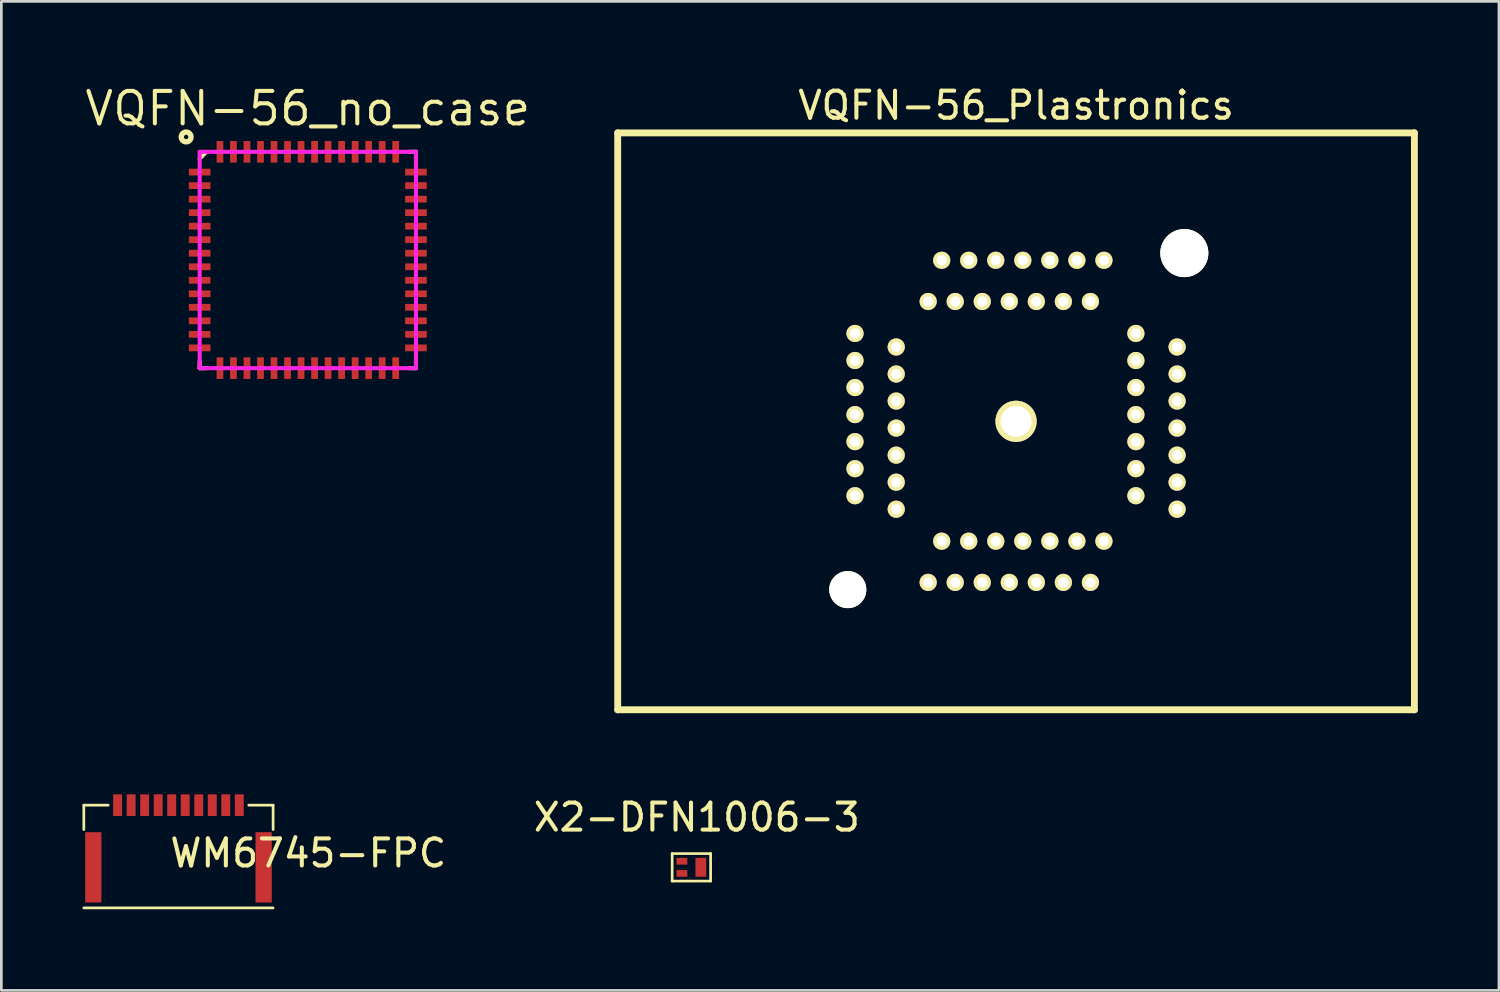
<source format=kicad_pcb>
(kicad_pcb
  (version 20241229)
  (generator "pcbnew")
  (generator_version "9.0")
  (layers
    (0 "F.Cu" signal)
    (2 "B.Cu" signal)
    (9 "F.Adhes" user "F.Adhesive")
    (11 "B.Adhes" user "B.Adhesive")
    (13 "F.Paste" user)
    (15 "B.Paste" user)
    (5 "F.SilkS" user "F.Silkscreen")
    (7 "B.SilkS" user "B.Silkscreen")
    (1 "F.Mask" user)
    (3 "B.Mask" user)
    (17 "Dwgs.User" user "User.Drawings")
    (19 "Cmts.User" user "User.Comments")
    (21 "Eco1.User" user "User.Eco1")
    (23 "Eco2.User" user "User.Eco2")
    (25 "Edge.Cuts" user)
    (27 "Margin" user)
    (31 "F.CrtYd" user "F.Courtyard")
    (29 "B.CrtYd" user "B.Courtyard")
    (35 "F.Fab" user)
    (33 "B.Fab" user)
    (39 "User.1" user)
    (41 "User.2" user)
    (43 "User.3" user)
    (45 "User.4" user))
  (footprint "VQFN-56_Plastronics"
    (layer "F.Cu")
    (at 34.526 12.532)
    (property "Reference" "VQFN-56_Plastronics" (at 0 -11.684 0) (layer "F.SilkS") (effects (font (size 1 1) (thickness 0.15))))
    (attr through_hole)
    (fp_line (start -14.732 -10.668) (end 14.732 -10.668) (stroke (width 0.254) (type solid)) (layer "F.SilkS"))
    (fp_line (start -14.732 10.668) (end -14.732 -10.668) (stroke (width 0.254) (type solid)) (layer "F.SilkS"))
    (fp_line (start 14.732 -10.668) (end 14.732 10.668) (stroke (width 0.254) (type solid)) (layer "F.SilkS"))
    (fp_line (start 14.732 10.668) (end -14.732 10.668) (stroke (width 0.254) (type solid)) (layer "F.SilkS"))
    (pad "" np_thru_hole circle (at -6.223 6.223) (size 1.372 1.372) (drill 1.372) (layers "*.Cu" "*.Mask" "F.SilkS"))
    (pad "" np_thru_hole circle (at 6.223 -6.223) (size 1.778 1.778) (drill 1.778) (layers "*.Cu" "*.Mask" "F.SilkS"))
    (pad "0" thru_hole circle (at 0 0) (size 1.524 1.524) (drill 1.143) (layers "*.Cu" "*.Mask" "F.SilkS"))
    (pad "1" thru_hole circle (at 3.25 -5.956) (size 0.635 0.635) (drill 0.381) (layers "*.Cu" "*.Mask" "F.SilkS"))
    (pad "2" thru_hole circle (at 2.75 -4.432) (size 0.635 0.635) (drill 0.381) (layers "*.Cu" "*.Mask" "F.SilkS"))
    (pad "3" thru_hole circle (at 2.25 -5.956) (size 0.635 0.635) (drill 0.381) (layers "*.Cu" "*.Mask" "F.SilkS"))
    (pad "4" thru_hole circle (at 1.75 -4.432) (size 0.635 0.635) (drill 0.381) (layers "*.Cu" "*.Mask" "F.SilkS"))
    (pad "5" thru_hole circle (at 1.25 -5.956) (size 0.635 0.635) (drill 0.381) (layers "*.Cu" "*.Mask" "F.SilkS"))
    (pad "6" thru_hole circle (at 0.75 -4.432) (size 0.635 0.635) (drill 0.381) (layers "*.Cu" "*.Mask" "F.SilkS"))
    (pad "7" thru_hole circle (at 0.25 -5.956) (size 0.635 0.635) (drill 0.381) (layers "*.Cu" "*.Mask" "F.SilkS"))
    (pad "8" thru_hole circle (at -0.25 -4.432) (size 0.635 0.635) (drill 0.381) (layers "*.Cu" "*.Mask" "F.SilkS"))
    (pad "9" thru_hole circle (at -0.75 -5.956) (size 0.635 0.635) (drill 0.381) (layers "*.Cu" "*.Mask" "F.SilkS"))
    (pad "10" thru_hole circle (at -1.25 -4.432) (size 0.635 0.635) (drill 0.381) (layers "*.Cu" "*.Mask" "F.SilkS"))
    (pad "11" thru_hole circle (at -1.75 -5.956) (size 0.635 0.635) (drill 0.381) (layers "*.Cu" "*.Mask" "F.SilkS"))
    (pad "12" thru_hole circle (at -2.25 -4.432) (size 0.635 0.635) (drill 0.381) (layers "*.Cu" "*.Mask" "F.SilkS"))
    (pad "13" thru_hole circle (at -2.75 -5.956) (size 0.635 0.635) (drill 0.381) (layers "*.Cu" "*.Mask" "F.SilkS"))
    (pad "14" thru_hole circle (at -3.25 -4.432) (size 0.635 0.635) (drill 0.381) (layers "*.Cu" "*.Mask" "F.SilkS"))
    (pad "15" thru_hole circle (at -5.956 -3.25 90) (size 0.635 0.635) (drill 0.381) (layers "*.Cu" "*.Mask" "F.SilkS"))
    (pad "16" thru_hole circle (at -4.432 -2.75 90) (size 0.635 0.635) (drill 0.381) (layers "*.Cu" "*.Mask" "F.SilkS"))
    (pad "17" thru_hole circle (at -5.956 -2.25 90) (size 0.635 0.635) (drill 0.381) (layers "*.Cu" "*.Mask" "F.SilkS"))
    (pad "18" thru_hole circle (at -4.432 -1.75 90) (size 0.635 0.635) (drill 0.381) (layers "*.Cu" "*.Mask" "F.SilkS"))
    (pad "19" thru_hole circle (at -5.956 -1.25 90) (size 0.635 0.635) (drill 0.381) (layers "*.Cu" "*.Mask" "F.SilkS"))
    (pad "20" thru_hole circle (at -4.432 -0.75 90) (size 0.635 0.635) (drill 0.381) (layers "*.Cu" "*.Mask" "F.SilkS"))
    (pad "21" thru_hole circle (at -5.956 -0.25 90) (size 0.635 0.635) (drill 0.381) (layers "*.Cu" "*.Mask" "F.SilkS"))
    (pad "22" thru_hole circle (at -4.432 0.25 90) (size 0.635 0.635) (drill 0.381) (layers "*.Cu" "*.Mask" "F.SilkS"))
    (pad "23" thru_hole circle (at -5.956 0.75 90) (size 0.635 0.635) (drill 0.381) (layers "*.Cu" "*.Mask" "F.SilkS"))
    (pad "24" thru_hole circle (at -4.432 1.25 90) (size 0.635 0.635) (drill 0.381) (layers "*.Cu" "*.Mask" "F.SilkS"))
    (pad "25" thru_hole circle (at -5.956 1.75 90) (size 0.635 0.635) (drill 0.381) (layers "*.Cu" "*.Mask" "F.SilkS"))
    (pad "26" thru_hole circle (at -4.432 2.25 90) (size 0.635 0.635) (drill 0.381) (layers "*.Cu" "*.Mask" "F.SilkS"))
    (pad "27" thru_hole circle (at -5.956 2.75 90) (size 0.635 0.635) (drill 0.381) (layers "*.Cu" "*.Mask" "F.SilkS"))
    (pad "28" thru_hole circle (at -4.432 3.25 90) (size 0.635 0.635) (drill 0.381) (layers "*.Cu" "*.Mask" "F.SilkS"))
    (pad "29" thru_hole circle (at -3.25 5.956 180) (size 0.635 0.635) (drill 0.381) (layers "*.Cu" "*.Mask" "F.SilkS"))
    (pad "30" thru_hole circle (at -2.75 4.432 180) (size 0.635 0.635) (drill 0.381) (layers "*.Cu" "*.Mask" "F.SilkS"))
    (pad "31" thru_hole circle (at -2.25 5.956 180) (size 0.635 0.635) (drill 0.381) (layers "*.Cu" "*.Mask" "F.SilkS"))
    (pad "32" thru_hole circle (at -1.75 4.432 180) (size 0.635 0.635) (drill 0.381) (layers "*.Cu" "*.Mask" "F.SilkS"))
    (pad "33" thru_hole circle (at -1.25 5.956 180) (size 0.635 0.635) (drill 0.381) (layers "*.Cu" "*.Mask" "F.SilkS"))
    (pad "34" thru_hole circle (at -0.75 4.432 180) (size 0.635 0.635) (drill 0.381) (layers "*.Cu" "*.Mask" "F.SilkS"))
    (pad "35" thru_hole circle (at -0.25 5.956 180) (size 0.635 0.635) (drill 0.381) (layers "*.Cu" "*.Mask" "F.SilkS"))
    (pad "36" thru_hole circle (at 0.25 4.432 180) (size 0.635 0.635) (drill 0.381) (layers "*.Cu" "*.Mask" "F.SilkS"))
    (pad "37" thru_hole circle (at 0.75 5.956 180) (size 0.635 0.635) (drill 0.381) (layers "*.Cu" "*.Mask" "F.SilkS"))
    (pad "38" thru_hole circle (at 1.25 4.432 180) (size 0.635 0.635) (drill 0.381) (layers "*.Cu" "*.Mask" "F.SilkS"))
    (pad "39" thru_hole circle (at 1.75 5.956 180) (size 0.635 0.635) (drill 0.381) (layers "*.Cu" "*.Mask" "F.SilkS"))
    (pad "40" thru_hole circle (at 2.25 4.432 180) (size 0.635 0.635) (drill 0.381) (layers "*.Cu" "*.Mask" "F.SilkS"))
    (pad "41" thru_hole circle (at 2.75 5.956 180) (size 0.635 0.635) (drill 0.381) (layers "*.Cu" "*.Mask" "F.SilkS"))
    (pad "42" thru_hole circle (at 3.25 4.432 180) (size 0.635 0.635) (drill 0.381) (layers "*.Cu" "*.Mask" "F.SilkS"))
    (pad "43" thru_hole circle (at 5.956 3.25 270) (size 0.635 0.635) (drill 0.381) (layers "*.Cu" "*.Mask" "F.SilkS"))
    (pad "44" thru_hole circle (at 4.432 2.75 270) (size 0.635 0.635) (drill 0.381) (layers "*.Cu" "*.Mask" "F.SilkS"))
    (pad "45" thru_hole circle (at 5.956 2.25 270) (size 0.635 0.635) (drill 0.381) (layers "*.Cu" "*.Mask" "F.SilkS"))
    (pad "46" thru_hole circle (at 4.432 1.75 270) (size 0.635 0.635) (drill 0.381) (layers "*.Cu" "*.Mask" "F.SilkS"))
    (pad "47" thru_hole circle (at 5.956 1.25 270) (size 0.635 0.635) (drill 0.381) (layers "*.Cu" "*.Mask" "F.SilkS"))
    (pad "48" thru_hole circle (at 4.432 0.75 270) (size 0.635 0.635) (drill 0.381) (layers "*.Cu" "*.Mask" "F.SilkS"))
    (pad "49" thru_hole circle (at 5.956 0.25 270) (size 0.635 0.635) (drill 0.381) (layers "*.Cu" "*.Mask" "F.SilkS"))
    (pad "50" thru_hole circle (at 4.432 -0.25 270) (size 0.635 0.635) (drill 0.381) (layers "*.Cu" "*.Mask" "F.SilkS"))
    (pad "51" thru_hole circle (at 5.956 -0.75 270) (size 0.635 0.635) (drill 0.381) (layers "*.Cu" "*.Mask" "F.SilkS"))
    (pad "52" thru_hole circle (at 4.432 -1.25 270) (size 0.635 0.635) (drill 0.381) (layers "*.Cu" "*.Mask" "F.SilkS"))
    (pad "53" thru_hole circle (at 5.956 -1.75 270) (size 0.635 0.635) (drill 0.381) (layers "*.Cu" "*.Mask" "F.SilkS"))
    (pad "54" thru_hole circle (at 4.432 -2.25 270) (size 0.635 0.635) (drill 0.381) (layers "*.Cu" "*.Mask" "F.SilkS"))
    (pad "55" thru_hole circle (at 5.956 -2.75 270) (size 0.635 0.635) (drill 0.381) (layers "*.Cu" "*.Mask" "F.SilkS"))
    (pad "56" thru_hole circle (at 4.432 -3.25 270) (size 0.635 0.635) (drill 0.381) (layers "*.Cu" "*.Mask" "F.SilkS")))
  (footprint "VQFN-56_no_case"
    (layer "F.Cu")
    (at 8.334 6.565)
    (property "Reference" "VQFN-56_no_case" (at 0 -5.6 0) (layer "F.SilkS") (effects (font (size 1.2 1.2) (thickness 0.15))))
    (attr through_hole)
    (fp_line (start -4 -3.75) (end -3.75 -4) (stroke (width 0.15) (type solid)) (layer "F.SilkS"))
    (fp_line (start -4 4) (end -4 3.75) (stroke (width 0.15) (type solid)) (layer "F.SilkS"))
    (fp_line (start -3.75 4) (end -4 4) (stroke (width 0.15) (type solid)) (layer "F.SilkS"))
    (fp_line (start 3.75 -4) (end 4 -4) (stroke (width 0.15) (type solid)) (layer "F.SilkS"))
    (fp_line (start 3.75 4) (end 4 4) (stroke (width 0.15) (type solid)) (layer "F.SilkS"))
    (fp_line (start 4 -4) (end 4 -3.75) (stroke (width 0.15) (type solid)) (layer "F.SilkS"))
    (fp_line (start 4 4) (end 4 3.75) (stroke (width 0.15) (type solid)) (layer "F.SilkS"))
    (fp_circle (center -4.5 -4.55) (end -4.35 -4.45) (stroke (width 0.2) (type solid)) (fill no) (layer "F.SilkS"))
    (fp_line (start -4 -4) (end 4 -4) (stroke (width 0.15) (type solid)) (layer "F.CrtYd"))
    (fp_line (start -4 4) (end -4 -4) (stroke (width 0.15) (type solid)) (layer "F.CrtYd"))
    (fp_line (start 4 -4) (end 4 4) (stroke (width 0.15) (type solid)) (layer "F.CrtYd"))
    (fp_line (start 4 4) (end -4 4) (stroke (width 0.15) (type solid)) (layer "F.CrtYd"))
    (pad "1" smd rect (at -4 -3.25 90) (size 0.25 0.8) (layers "F.Cu" "F.Mask" "F.Paste"))
    (pad "2" smd rect (at -4 -2.75 90) (size 0.25 0.8) (layers "F.Cu" "F.Mask" "F.Paste"))
    (pad "3" smd rect (at -4 -2.25 90) (size 0.25 0.8) (layers "F.Cu" "F.Mask" "F.Paste"))
    (pad "4" smd rect (at -4 -1.75 90) (size 0.25 0.8) (layers "F.Cu" "F.Mask" "F.Paste"))
    (pad "5" smd rect (at -4 -1.25 90) (size 0.25 0.8) (layers "F.Cu" "F.Mask" "F.Paste"))
    (pad "6" smd rect (at -4 -0.75 90) (size 0.25 0.8) (layers "F.Cu" "F.Mask" "F.Paste"))
    (pad "7" smd rect (at -4 -0.25 90) (size 0.25 0.8) (layers "F.Cu" "F.Mask" "F.Paste"))
    (pad "8" smd rect (at -4 0.25 90) (size 0.25 0.8) (layers "F.Cu" "F.Mask" "F.Paste"))
    (pad "9" smd rect (at -4 0.75 90) (size 0.25 0.8) (layers "F.Cu" "F.Mask" "F.Paste"))
    (pad "10" smd rect (at -4 1.25 90) (size 0.25 0.8) (layers "F.Cu" "F.Mask" "F.Paste"))
    (pad "11" smd rect (at -4 1.75 90) (size 0.25 0.8) (layers "F.Cu" "F.Mask" "F.Paste"))
    (pad "12" smd rect (at -4 2.25 90) (size 0.25 0.8) (layers "F.Cu" "F.Mask" "F.Paste"))
    (pad "13" smd rect (at -4 2.75 90) (size 0.25 0.8) (layers "F.Cu" "F.Mask" "F.Paste"))
    (pad "14" smd rect (at -4 3.25 90) (size 0.25 0.8) (layers "F.Cu" "F.Mask" "F.Paste"))
    (pad "15" smd rect (at -3.25 4) (size 0.25 0.8) (layers "F.Cu" "F.Mask" "F.Paste"))
    (pad "16" smd rect (at -2.75 4) (size 0.25 0.8) (layers "F.Cu" "F.Mask" "F.Paste"))
    (pad "17" smd rect (at -2.25 4) (size 0.25 0.8) (layers "F.Cu" "F.Mask" "F.Paste"))
    (pad "18" smd rect (at -1.75 4) (size 0.25 0.8) (layers "F.Cu" "F.Mask" "F.Paste"))
    (pad "19" smd rect (at -1.25 4) (size 0.25 0.8) (layers "F.Cu" "F.Mask" "F.Paste"))
    (pad "20" smd rect (at -0.75 4) (size 0.25 0.8) (layers "F.Cu" "F.Mask" "F.Paste"))
    (pad "21" smd rect (at -0.25 4) (size 0.25 0.8) (layers "F.Cu" "F.Mask" "F.Paste"))
    (pad "22" smd rect (at 0.25 4) (size 0.25 0.8) (layers "F.Cu" "F.Mask" "F.Paste"))
    (pad "23" smd rect (at 0.75 4) (size 0.25 0.8) (layers "F.Cu" "F.Mask" "F.Paste"))
    (pad "24" smd rect (at 1.25 4) (size 0.25 0.8) (layers "F.Cu" "F.Mask" "F.Paste"))
    (pad "25" smd rect (at 1.75 4) (size 0.25 0.8) (layers "F.Cu" "F.Mask" "F.Paste"))
    (pad "26" smd rect (at 2.25 4) (size 0.25 0.8) (layers "F.Cu" "F.Mask" "F.Paste"))
    (pad "27" smd rect (at 2.75 4) (size 0.25 0.8) (layers "F.Cu" "F.Mask" "F.Paste"))
    (pad "28" smd rect (at 3.25 4) (size 0.25 0.8) (layers "F.Cu" "F.Mask" "F.Paste"))
    (pad "29" smd rect (at 4 3.25 90) (size 0.25 0.8) (layers "F.Cu" "F.Mask" "F.Paste"))
    (pad "30" smd rect (at 4 2.75 90) (size 0.25 0.8) (layers "F.Cu" "F.Mask" "F.Paste"))
    (pad "31" smd rect (at 4 2.25 90) (size 0.25 0.8) (layers "F.Cu" "F.Mask" "F.Paste"))
    (pad "32" smd rect (at 4 1.75 90) (size 0.25 0.8) (layers "F.Cu" "F.Mask" "F.Paste"))
    (pad "33" smd rect (at 4 1.25 90) (size 0.25 0.8) (layers "F.Cu" "F.Mask" "F.Paste"))
    (pad "34" smd rect (at 4 0.75 90) (size 0.25 0.8) (layers "F.Cu" "F.Mask" "F.Paste"))
    (pad "35" smd rect (at 4 0.25 90) (size 0.25 0.8) (layers "F.Cu" "F.Mask" "F.Paste"))
    (pad "36" smd rect (at 4 -0.25 90) (size 0.25 0.8) (layers "F.Cu" "F.Mask" "F.Paste"))
    (pad "37" smd rect (at 4 -0.75 90) (size 0.25 0.8) (layers "F.Cu" "F.Mask" "F.Paste"))
    (pad "38" smd rect (at 4 -1.25 90) (size 0.25 0.8) (layers "F.Cu" "F.Mask" "F.Paste"))
    (pad "39" smd rect (at 4 -1.75 90) (size 0.25 0.8) (layers "F.Cu" "F.Mask" "F.Paste"))
    (pad "40" smd rect (at 4 -2.25 90) (size 0.25 0.8) (layers "F.Cu" "F.Mask" "F.Paste"))
    (pad "41" smd rect (at 4 -2.75 90) (size 0.25 0.8) (layers "F.Cu" "F.Mask" "F.Paste"))
    (pad "42" smd rect (at 4 -3.25 90) (size 0.25 0.8) (layers "F.Cu" "F.Mask" "F.Paste"))
    (pad "43" smd rect (at 3.25 -4) (size 0.25 0.8) (layers "F.Cu" "F.Mask" "F.Paste"))
    (pad "44" smd rect (at 2.75 -4) (size 0.25 0.8) (layers "F.Cu" "F.Mask" "F.Paste"))
    (pad "45" smd rect (at 2.25 -4) (size 0.25 0.8) (layers "F.Cu" "F.Mask" "F.Paste"))
    (pad "46" smd rect (at 1.75 -4) (size 0.25 0.8) (layers "F.Cu" "F.Mask" "F.Paste"))
    (pad "47" smd rect (at 1.25 -4) (size 0.25 0.8) (layers "F.Cu" "F.Mask" "F.Paste"))
    (pad "48" smd rect (at 0.75 -4) (size 0.25 0.8) (layers "F.Cu" "F.Mask" "F.Paste"))
    (pad "49" smd rect (at 0.25 -4) (size 0.25 0.8) (layers "F.Cu" "F.Mask" "F.Paste"))
    (pad "50" smd rect (at -0.25 -4) (size 0.25 0.8) (layers "F.Cu" "F.Mask" "F.Paste"))
    (pad "51" smd rect (at -0.75 -4) (size 0.25 0.8) (layers "F.Cu" "F.Mask" "F.Paste"))
    (pad "52" smd rect (at -1.25 -4) (size 0.25 0.8) (layers "F.Cu" "F.Mask" "F.Paste"))
    (pad "53" smd rect (at -1.75 -4) (size 0.25 0.8) (layers "F.Cu" "F.Mask" "F.Paste"))
    (pad "54" smd rect (at -2.25 -4) (size 0.25 0.8) (layers "F.Cu" "F.Mask" "F.Paste"))
    (pad "55" smd rect (at -2.75 -4) (size 0.25 0.8) (layers "F.Cu" "F.Mask" "F.Paste"))
    (pad "56" smd rect (at -3.25 -4) (size 0.25 0.8) (layers "F.Cu" "F.Mask" "F.Paste")))
  (footprint "WM6745-FPC"
    (layer "F.Cu")
    (at 3.55 26.727)
    (property "Reference" "WM6745-FPC" (at 4.8 1.775 0) (layer "F.SilkS") (effects (font (size 1 1) (thickness 0.15))))
    (attr through_hole)
    (fp_line (start -3.5 0) (end -3.5 0.9) (stroke (width 0.1) (type solid)) (layer "F.SilkS"))
    (fp_line (start -3.5 0) (end -2.6 0) (stroke (width 0.1) (type solid)) (layer "F.SilkS"))
    (fp_line (start 2.6 0) (end 3.5 0) (stroke (width 0.1) (type solid)) (layer "F.SilkS"))
    (fp_line (start 3.5 0) (end 3.5 0.9) (stroke (width 0.1) (type solid)) (layer "F.SilkS"))
    (fp_line (start 3.5 3.8) (end -3.5 3.8) (stroke (width 0.1) (type solid)) (layer "F.SilkS"))
    (pad "0" smd rect (at -3.15 2.3) (size 0.6 2.6) (layers "F.Cu" "F.Mask" "F.Paste"))
    (pad "0" smd rect (at 3.15 2.3) (size 0.6 2.6) (layers "F.Cu" "F.Mask" "F.Paste"))
    (pad "1" smd rect (at -2.25 0) (size 0.33 0.8) (layers "F.Cu" "F.Mask" "F.Paste"))
    (pad "2" smd rect (at -1.75 0) (size 0.33 0.8) (layers "F.Cu" "F.Mask" "F.Paste"))
    (pad "3" smd rect (at -1.25 0) (size 0.33 0.8) (layers "F.Cu" "F.Mask" "F.Paste"))
    (pad "4" smd rect (at -0.75 0) (size 0.33 0.8) (layers "F.Cu" "F.Mask" "F.Paste"))
    (pad "5" smd rect (at -0.25 0) (size 0.33 0.8) (layers "F.Cu" "F.Mask" "F.Paste"))
    (pad "6" smd rect (at 0.25 0) (size 0.33 0.8) (layers "F.Cu" "F.Mask" "F.Paste"))
    (pad "7" smd rect (at 0.75 0) (size 0.33 0.8) (layers "F.Cu" "F.Mask" "F.Paste"))
    (pad "8" smd rect (at 1.25 0) (size 0.33 0.8) (layers "F.Cu" "F.Mask" "F.Paste"))
    (pad "9" smd rect (at 1.75 0) (size 0.33 0.8) (layers "F.Cu" "F.Mask" "F.Paste"))
    (pad "10" smd rect (at 2.25 0) (size 0.33 0.8) (layers "F.Cu" "F.Mask" "F.Paste")))
  (footprint "X2-DFN1006-3"
    (layer "F.Cu")
    (at 22.519 29.026)
    (property "Reference" "X2-DFN1006-3" (at 0.2 -1.85 0) (layer "F.SilkS") (effects (font (size 1 1) (thickness 0.15))))
    (attr through_hole)
    (fp_line (start -0.711 -0.508) (end 0.711 -0.508) (stroke (width 0.1) (type solid)) (layer "F.SilkS"))
    (fp_line (start -0.711 0.508) (end -0.711 -0.508) (stroke (width 0.1) (type solid)) (layer "F.SilkS"))
    (fp_line (start 0.711 -0.508) (end 0.711 0.508) (stroke (width 0.1) (type solid)) (layer "F.SilkS"))
    (fp_line (start 0.711 0.508) (end -0.711 0.508) (stroke (width 0.1) (type solid)) (layer "F.SilkS"))
    (pad "1" smd rect (at -0.35 -0.225) (size 0.4 0.25) (layers "F.Cu" "F.Mask" "F.Paste"))
    (pad "2" smd rect (at -0.35 0.225) (size 0.4 0.25) (layers "F.Cu" "F.Mask" "F.Paste"))
    (pad "3" smd rect (at 0.35 0) (size 0.4 0.7) (layers "F.Cu" "F.Mask" "F.Paste")))
  (gr_rect
    (start -3 -3)
    (end 52.385 33.577)
    (stroke (width 0.1) (type default))
    (fill no)
    (layer "Edge.Cuts")))
</source>
